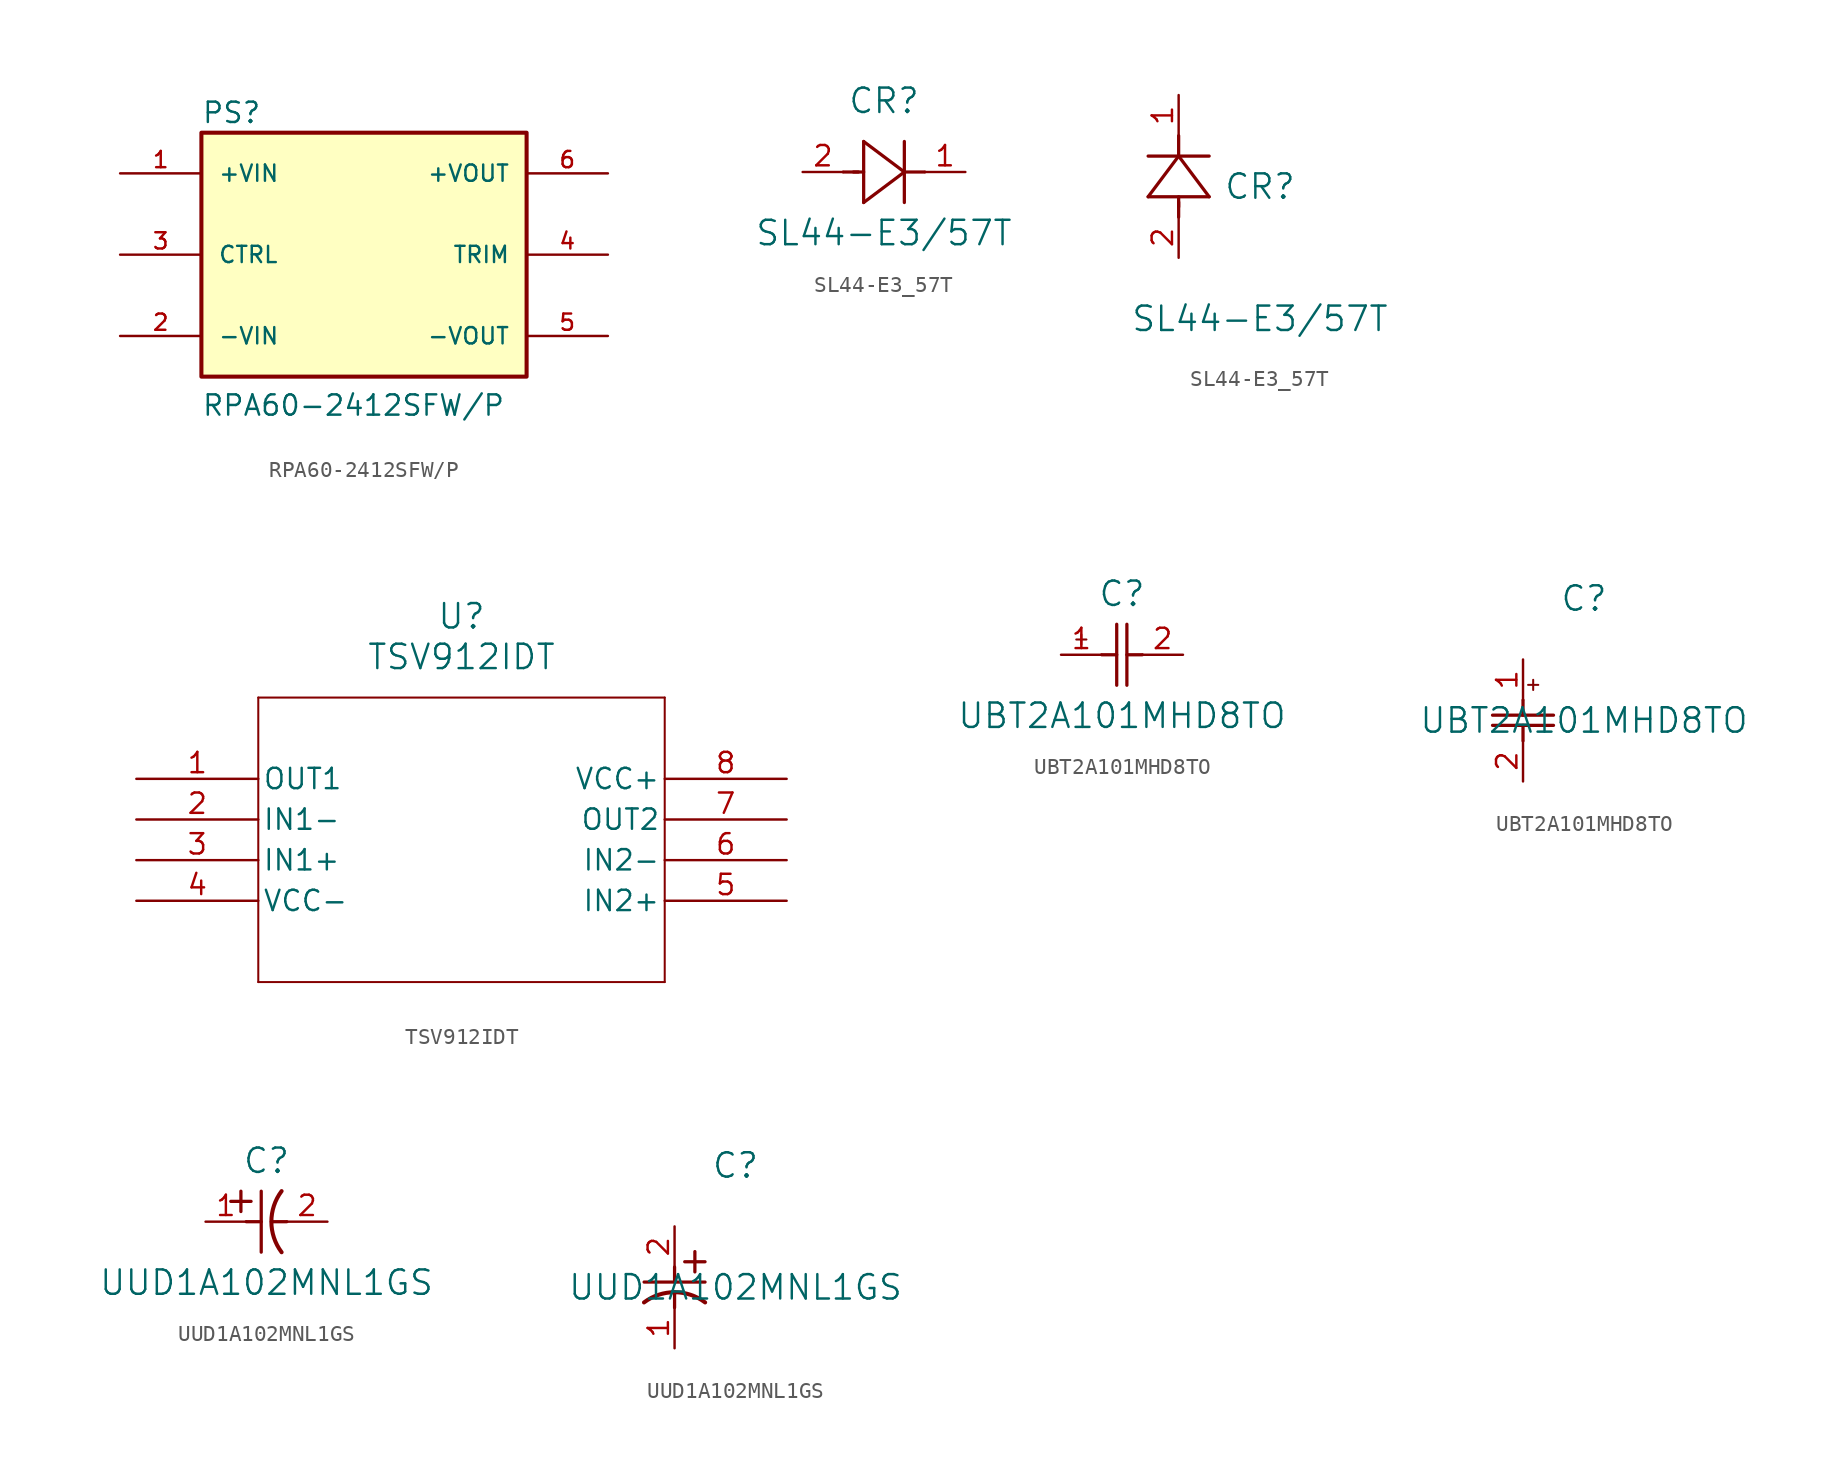
<source format=kicad_sym>
(kicad_symbol_lib
  (version 20220914)
  (generator kicad_symbol_editor)
  (symbol "RPA60-2412SFW/P"
    (pin_names
      (offset 1.016))
    (property "Reference" "PS"
      (at -10.16 8.128 0)
      (effects (font (size 1.27 1.27)) (justify left bottom)))
    (property "Value" "RPA60-2412SFW{slash}P"
      (at -10.16 -10.16 0)
      (effects (font (size 1.27 1.27)) (justify left bottom)))
    (symbol "RPA60-2412SFW/P_0_0"
      (rectangle (start -10.16 7.62) (end 10.16 -7.62) (stroke (width 0.254) (type default)) (fill (type background)))
      (pin input line (at -15.24 5.08 0) (length 5.08) (name "+VIN" (effects (font (size 1.016 1.016)))) (number "1" (effects (font (size 1.016 1.016)))))
      (pin input line (at -15.24 -5.08 0) (length 5.08) (name "-VIN" (effects (font (size 1.016 1.016)))) (number "2" (effects (font (size 1.016 1.016)))))
      (pin input line (at -15.24 0 0) (length 5.08) (name "CTRL" (effects (font (size 1.016 1.016)))) (number "3" (effects (font (size 1.016 1.016)))))
      (pin passive line (at 15.24 0 180) (length 5.08) (name "TRIM" (effects (font (size 1.016 1.016)))) (number "4" (effects (font (size 1.016 1.016)))))
      (pin output line (at 15.24 -5.08 180) (length 5.08) (name "-VOUT" (effects (font (size 1.016 1.016)))) (number "5" (effects (font (size 1.016 1.016)))))
      (pin output line (at 15.24 5.08 180) (length 5.08) (name "+VOUT" (effects (font (size 1.016 1.016)))) (number "6" (effects (font (size 1.016 1.016)))))))
  (symbol "SL44-E3_57T"
    (pin_names
      (offset 0.254))
    (property "Reference" "CR"
      (at 5.08 4.445 0)
      (effects (font (size 1.524 1.524))))
    (property "Value" "SL44-E3/57T"
      (at 5.08 -3.81 0)
      (effects (font (size 1.524 1.524))))
    (property "ki_locked" ""
      (at 0 0 0)
      (effects (font (size 1.27 1.27))))
    (symbol "SL44-E3_57T_1_1"
      (polyline (pts (xy 2.54 0) (xy 3.48 0)) (stroke (width 0.203) (type default)) (fill (type none)))
      (polyline (pts (xy 3.175 0) (xy 3.81 0)) (stroke (width 0.203) (type default)) (fill (type none)))
      (polyline (pts (xy 3.81 -1.905) (xy 6.35 0)) (stroke (width 0.203) (type default)) (fill (type none)))
      (polyline (pts (xy 3.81 1.905) (xy 3.81 -1.905)) (stroke (width 0.203) (type default)) (fill (type none)))
      (polyline (pts (xy 6.35 -1.905) (xy 6.35 1.905)) (stroke (width 0.203) (type default)) (fill (type none)))
      (polyline (pts (xy 6.35 0) (xy 3.81 1.905)) (stroke (width 0.203) (type default)) (fill (type none)))
      (polyline (pts (xy 6.35 0) (xy 7.62 0)) (stroke (width 0.203) (type default)) (fill (type none)))
      (pin unspecified line (at 10.16 0 180) (length 2.54) (name "" (effects (font (size 1.27 1.27)))) (number "1" (effects (font (size 1.27 1.27)))))
      (pin unspecified line (at 0 0 0) (length 2.54) (name "" (effects (font (size 1.27 1.27)))) (number "2" (effects (font (size 1.27 1.27))))))
    (symbol "SL44-E3_57T_1_2"
      (polyline (pts (xy -1.905 3.81) (xy 1.905 3.81)) (stroke (width 0.203) (type default)) (fill (type none)))
      (polyline (pts (xy 0 2.54) (xy 0 3.48)) (stroke (width 0.203) (type default)) (fill (type none)))
      (polyline (pts (xy 0 3.175) (xy 0 3.81)) (stroke (width 0.203) (type default)) (fill (type none)))
      (polyline (pts (xy 0 6.35) (xy -1.905 3.81)) (stroke (width 0.203) (type default)) (fill (type none)))
      (polyline (pts (xy 0 6.35) (xy 0 7.62)) (stroke (width 0.203) (type default)) (fill (type none)))
      (polyline (pts (xy 1.905 3.81) (xy 0 6.35)) (stroke (width 0.203) (type default)) (fill (type none)))
      (polyline (pts (xy 1.905 6.35) (xy -1.905 6.35)) (stroke (width 0.203) (type default)) (fill (type none)))
      (pin unspecified line (at 0 10.16 270) (length 2.54) (name "" (effects (font (size 1.27 1.27)))) (number "1" (effects (font (size 1.27 1.27)))))
      (pin unspecified line (at 0 0 90) (length 2.54) (name "" (effects (font (size 1.27 1.27)))) (number "2" (effects (font (size 1.27 1.27)))))))
  (symbol "TSV912IDT"
    (pin_names
      (offset 0.254))
    (property "Reference" "U"
      (at 20.32 10.16 0)
      (effects (font (size 1.524 1.524))))
    (property "Value" "TSV912IDT"
      (at 20.32 7.62 0)
      (effects (font (size 1.524 1.524))))
    (property "ki_locked" ""
      (at 0 0 0)
      (effects (font (size 1.27 1.27))))
    (symbol "TSV912IDT_0_1"
      (polyline (pts (xy 7.62 -12.7) (xy 33.02 -12.7)) (stroke (width 0.127) (type default)) (fill (type none)))
      (polyline (pts (xy 7.62 5.08) (xy 7.62 -12.7)) (stroke (width 0.127) (type default)) (fill (type none)))
      (polyline (pts (xy 33.02 -12.7) (xy 33.02 5.08)) (stroke (width 0.127) (type default)) (fill (type none)))
      (polyline (pts (xy 33.02 5.08) (xy 7.62 5.08)) (stroke (width 0.127) (type default)) (fill (type none)))
      (pin output line (at 0 0 0) (length 7.62) (name "OUT1" (effects (font (size 1.27 1.27)))) (number "1" (effects (font (size 1.27 1.27)))))
      (pin input line (at 0 -2.54 0) (length 7.62) (name "IN1-" (effects (font (size 1.27 1.27)))) (number "2" (effects (font (size 1.27 1.27)))))
      (pin input line (at 0 -5.08 0) (length 7.62) (name "IN1+" (effects (font (size 1.27 1.27)))) (number "3" (effects (font (size 1.27 1.27)))))
      (pin power_in line (at 0 -7.62 0) (length 7.62) (name "VCC-" (effects (font (size 1.27 1.27)))) (number "4" (effects (font (size 1.27 1.27)))))
      (pin input line (at 40.64 -7.62 180) (length 7.62) (name "IN2+" (effects (font (size 1.27 1.27)))) (number "5" (effects (font (size 1.27 1.27)))))
      (pin input line (at 40.64 -5.08 180) (length 7.62) (name "IN2-" (effects (font (size 1.27 1.27)))) (number "6" (effects (font (size 1.27 1.27)))))
      (pin output line (at 40.64 -2.54 180) (length 7.62) (name "OUT2" (effects (font (size 1.27 1.27)))) (number "7" (effects (font (size 1.27 1.27)))))
      (pin power_in line (at 40.64 0 180) (length 7.62) (name "VCC+" (effects (font (size 1.27 1.27)))) (number "8" (effects (font (size 1.27 1.27)))))))
  (symbol "UBT2A101MHD8TO"
    (pin_names
      (offset 0.254))
    (property "Reference" "C"
      (at 3.81 3.81 0)
      (effects (font (size 1.524 1.524))))
    (property "Value" "UBT2A101MHD8TO"
      (at 3.81 -3.81 0)
      (effects (font (size 1.524 1.524))))
    (property "ki_locked" ""
      (at 0 0 0)
      (effects (font (size 1.27 1.27))))
    (symbol "UBT2A101MHD8TO_1_1"
      (polyline (pts (xy 0.953 0.953) (xy 1.587 0.953)) (stroke (width 0.127) (type default)) (fill (type none)))
      (polyline (pts (xy 1.27 1.27) (xy 1.27 0.635)) (stroke (width 0.127) (type default)) (fill (type none)))
      (polyline (pts (xy 2.54 0) (xy 3.48 0)) (stroke (width 0.203) (type default)) (fill (type none)))
      (polyline (pts (xy 3.48 -1.905) (xy 3.48 1.905)) (stroke (width 0.203) (type default)) (fill (type none)))
      (polyline (pts (xy 4.115 -1.905) (xy 4.115 1.905)) (stroke (width 0.203) (type default)) (fill (type none)))
      (polyline (pts (xy 4.115 0) (xy 5.08 0)) (stroke (width 0.203) (type default)) (fill (type none)))
      (pin unspecified line (at 0 0 0) (length 2.54) (name "" (effects (font (size 1.27 1.27)))) (number "1" (effects (font (size 1.27 1.27)))))
      (pin unspecified line (at 7.62 0 180) (length 2.54) (name "" (effects (font (size 1.27 1.27)))) (number "2" (effects (font (size 1.27 1.27))))))
    (symbol "UBT2A101MHD8TO_1_2"
      (polyline (pts (xy -1.905 -4.115) (xy 1.905 -4.115)) (stroke (width 0.203) (type default)) (fill (type none)))
      (polyline (pts (xy -1.905 -3.48) (xy 1.905 -3.48)) (stroke (width 0.203) (type default)) (fill (type none)))
      (polyline (pts (xy 0 -4.115) (xy 0 -5.08)) (stroke (width 0.203) (type default)) (fill (type none)))
      (polyline (pts (xy 0 -2.54) (xy 0 -3.48)) (stroke (width 0.203) (type default)) (fill (type none)))
      (polyline (pts (xy 0.318 -1.587) (xy 0.953 -1.587)) (stroke (width 0.127) (type default)) (fill (type none)))
      (polyline (pts (xy 0.635 -1.27) (xy 0.635 -1.905)) (stroke (width 0.127) (type default)) (fill (type none)))
      (pin unspecified line (at 0 0 270) (length 2.54) (name "" (effects (font (size 1.27 1.27)))) (number "1" (effects (font (size 1.27 1.27)))))
      (pin unspecified line (at 0 -7.62 90) (length 2.54) (name "" (effects (font (size 1.27 1.27)))) (number "2" (effects (font (size 1.27 1.27)))))))
  (symbol "UUD1A102MNL1GS"
    (pin_names
      (offset 0.254))
    (property "Reference" "C"
      (at 3.81 3.81 0)
      (effects (font (size 1.524 1.524))))
    (property "Value" "UUD1A102MNL1GS"
      (at 3.81 -3.81 0)
      (effects (font (size 1.524 1.524))))
    (property "ki_locked" ""
      (at 0 0 0)
      (effects (font (size 1.27 1.27))))
    (symbol "UUD1A102MNL1GS_1_1"
      (polyline (pts (xy 1.575 1.27) (xy 2.845 1.27)) (stroke (width 0.203) (type default)) (fill (type none)))
      (polyline (pts (xy 2.21 0.635) (xy 2.21 1.905)) (stroke (width 0.203) (type default)) (fill (type none)))
      (polyline (pts (xy 2.54 0) (xy 3.48 0)) (stroke (width 0.203) (type default)) (fill (type none)))
      (polyline (pts (xy 3.48 -1.905) (xy 3.48 1.905)) (stroke (width 0.203) (type default)) (fill (type none)))
      (polyline (pts (xy 4.115 0) (xy 5.08 0)) (stroke (width 0.203) (type default)) (fill (type none)))
      (arc (start 4.7541 1.9108) (mid 4.1148 0) (end 4.7541 -1.9108) (stroke (width 0.254) (type default)) (fill (type none)))
      (pin unspecified line (at 0 0 0) (length 2.54) (name "" (effects (font (size 1.27 1.27)))) (number "1" (effects (font (size 1.27 1.27)))))
      (pin unspecified line (at 7.62 0 180) (length 2.54) (name "" (effects (font (size 1.27 1.27)))) (number "2" (effects (font (size 1.27 1.27))))))
    (symbol "UUD1A102MNL1GS_1_2"
      (polyline (pts (xy -1.905 -3.48) (xy 1.905 -3.48)) (stroke (width 0.203) (type default)) (fill (type none)))
      (polyline (pts (xy 0 -4.115) (xy 0 -5.08)) (stroke (width 0.203) (type default)) (fill (type none)))
      (polyline (pts (xy 0 -2.54) (xy 0 -3.48)) (stroke (width 0.203) (type default)) (fill (type none)))
      (polyline (pts (xy 0.635 -2.21) (xy 1.905 -2.21)) (stroke (width 0.203) (type default)) (fill (type none)))
      (polyline (pts (xy 1.27 -1.575) (xy 1.27 -2.845)) (stroke (width 0.203) (type default)) (fill (type none)))
      (arc (start 1.9108 -4.7541) (mid 0 -4.1148) (end -1.9108 -4.7541) (stroke (width 0.254) (type default)) (fill (type none)))
      (pin unspecified line (at 0 -7.62 90) (length 2.54) (name "" (effects (font (size 1.27 1.27)))) (number "1" (effects (font (size 1.27 1.27)))))
      (pin unspecified line (at 0 0 270) (length 2.54) (name "" (effects (font (size 1.27 1.27)))) (number "2" (effects (font (size 1.27 1.27))))))))
</source>
